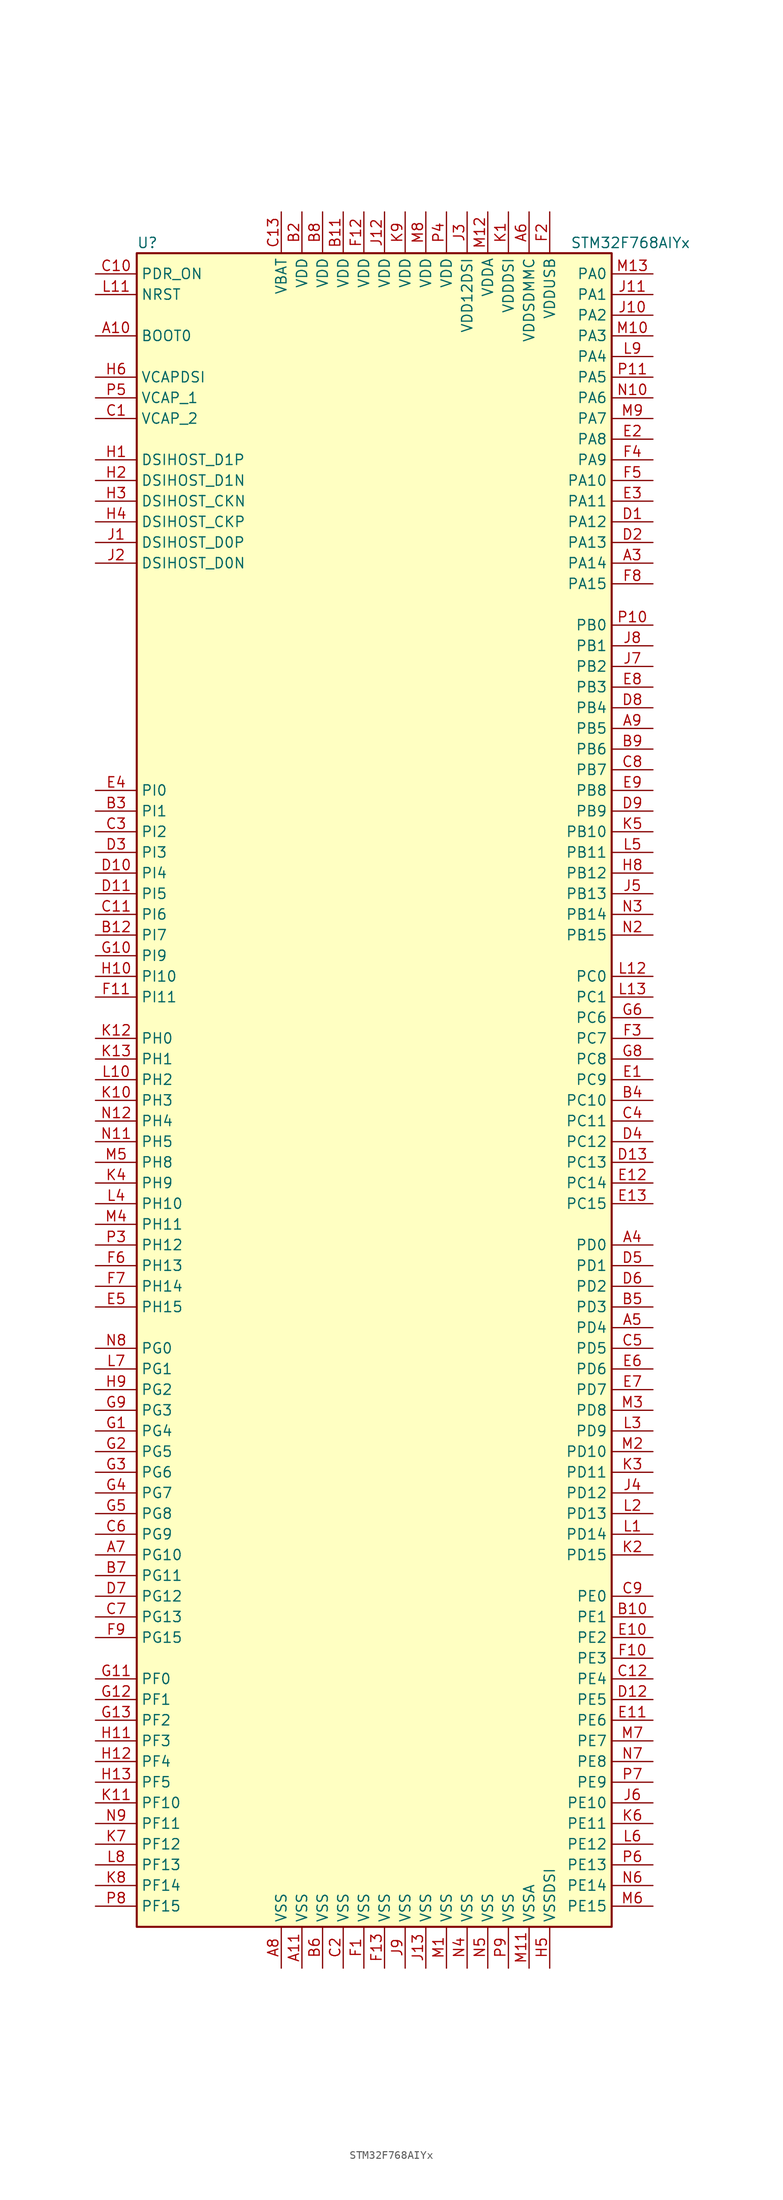
<source format=kicad_sym>
(kicad_symbol_lib
  (version 20200908)
  (generator kicad_symbol_editor)
  (symbol "MCU_ST_STM32F7:STM32F768AIYx"
    (property "Reference" "U"
      (at -30.48 102.87 0)
      (effects (font (size 1.27 1.27)) (justify left)))
    (property "Value" "STM32F768AIYx"
      (at 22.86 102.87 0)
      (effects (font (size 1.27 1.27)) (justify left)))
    (symbol "STM32F768AIYx_0_1"
      (rectangle (start -30.48 -104.14) (end 27.94 101.6) (stroke (width 0.254)) (fill (type background))))
    (symbol "STM32F768AIYx_1_1"
      (pin input line (at -35.56 91.44 0) (length 5.08) (name "BOOT0" (effects (font (size 1.27 1.27)))) (number "A10" (effects (font (size 1.27 1.27)))))
      (pin bidirectional line (at -35.56 71.12 0) (length 5.08) (name "DSIHOST_CKN" (effects (font (size 1.27 1.27)))) (number "H3" (effects (font (size 1.27 1.27)))))
      (pin bidirectional line (at -35.56 68.58 0) (length 5.08) (name "DSIHOST_CKP" (effects (font (size 1.27 1.27)))) (number "H4" (effects (font (size 1.27 1.27)))))
      (pin bidirectional line (at -35.56 63.5 0) (length 5.08) (name "DSIHOST_D0N" (effects (font (size 1.27 1.27)))) (number "J2" (effects (font (size 1.27 1.27)))))
      (pin bidirectional line (at -35.56 66.04 0) (length 5.08) (name "DSIHOST_D0P" (effects (font (size 1.27 1.27)))) (number "J1" (effects (font (size 1.27 1.27)))))
      (pin bidirectional line (at -35.56 73.66 0) (length 5.08) (name "DSIHOST_D1N" (effects (font (size 1.27 1.27)))) (number "H2" (effects (font (size 1.27 1.27)))))
      (pin bidirectional line (at -35.56 76.2 0) (length 5.08) (name "DSIHOST_D1P" (effects (font (size 1.27 1.27)))) (number "H1" (effects (font (size 1.27 1.27)))))
      (pin unconnected line (at -30.48 -101.6 0) (length 5.08) hide (name "NC" (effects (font (size 1.27 1.27)))) (number "A1" (effects (font (size 1.27 1.27)))))
      (pin unconnected line (at -30.48 -96.52 0) (length 5.08) hide (name "NC" (effects (font (size 1.27 1.27)))) (number "A12" (effects (font (size 1.27 1.27)))))
      (pin unconnected line (at -30.48 -93.98 0) (length 5.08) hide (name "NC" (effects (font (size 1.27 1.27)))) (number "A13" (effects (font (size 1.27 1.27)))))
      (pin unconnected line (at -30.48 -99.06 0) (length 5.08) hide (name "NC" (effects (font (size 1.27 1.27)))) (number "A2" (effects (font (size 1.27 1.27)))))
      (pin unconnected line (at -30.48 -91.44 0) (length 5.08) hide (name "NC" (effects (font (size 1.27 1.27)))) (number "B1" (effects (font (size 1.27 1.27)))))
      (pin unconnected line (at -30.48 -88.9 0) (length 5.08) hide (name "NC" (effects (font (size 1.27 1.27)))) (number "B13" (effects (font (size 1.27 1.27)))))
      (pin unconnected line (at -30.48 -86.36 0) (length 5.08) hide (name "NC" (effects (font (size 1.27 1.27)))) (number "N1" (effects (font (size 1.27 1.27)))))
      (pin unconnected line (at -30.48 -83.82 0) (length 5.08) hide (name "NC" (effects (font (size 1.27 1.27)))) (number "N13" (effects (font (size 1.27 1.27)))))
      (pin unconnected line (at -30.48 -81.28 0) (length 5.08) hide (name "NC" (effects (font (size 1.27 1.27)))) (number "P1" (effects (font (size 1.27 1.27)))))
      (pin unconnected line (at -30.48 -76.2 0) (length 5.08) hide (name "NC" (effects (font (size 1.27 1.27)))) (number "P12" (effects (font (size 1.27 1.27)))))
      (pin unconnected line (at -30.48 -73.66 0) (length 5.08) hide (name "NC" (effects (font (size 1.27 1.27)))) (number "P13" (effects (font (size 1.27 1.27)))))
      (pin unconnected line (at -30.48 -78.74 0) (length 5.08) hide (name "NC" (effects (font (size 1.27 1.27)))) (number "P2" (effects (font (size 1.27 1.27)))))
      (pin input line (at -35.56 96.52 0) (length 5.08) (name "NRST" (effects (font (size 1.27 1.27)))) (number "L11" (effects (font (size 1.27 1.27)))))
      (pin bidirectional line (at 33.02 99.06 180) (length 5.08) (name "PA0" (effects (font (size 1.27 1.27)))) (number "M13" (effects (font (size 1.27 1.27)))))
      (pin bidirectional line (at 33.02 96.52 180) (length 5.08) (name "PA1" (effects (font (size 1.27 1.27)))) (number "J11" (effects (font (size 1.27 1.27)))))
      (pin bidirectional line (at 33.02 73.66 180) (length 5.08) (name "PA10" (effects (font (size 1.27 1.27)))) (number "F5" (effects (font (size 1.27 1.27)))))
      (pin bidirectional line (at 33.02 71.12 180) (length 5.08) (name "PA11" (effects (font (size 1.27 1.27)))) (number "E3" (effects (font (size 1.27 1.27)))))
      (pin bidirectional line (at 33.02 68.58 180) (length 5.08) (name "PA12" (effects (font (size 1.27 1.27)))) (number "D1" (effects (font (size 1.27 1.27)))))
      (pin bidirectional line (at 33.02 66.04 180) (length 5.08) (name "PA13" (effects (font (size 1.27 1.27)))) (number "D2" (effects (font (size 1.27 1.27)))))
      (pin bidirectional line (at 33.02 63.5 180) (length 5.08) (name "PA14" (effects (font (size 1.27 1.27)))) (number "A3" (effects (font (size 1.27 1.27)))))
      (pin bidirectional line (at 33.02 60.96 180) (length 5.08) (name "PA15" (effects (font (size 1.27 1.27)))) (number "F8" (effects (font (size 1.27 1.27)))))
      (pin bidirectional line (at 33.02 93.98 180) (length 5.08) (name "PA2" (effects (font (size 1.27 1.27)))) (number "J10" (effects (font (size 1.27 1.27)))))
      (pin bidirectional line (at 33.02 91.44 180) (length 5.08) (name "PA3" (effects (font (size 1.27 1.27)))) (number "M10" (effects (font (size 1.27 1.27)))))
      (pin bidirectional line (at 33.02 88.9 180) (length 5.08) (name "PA4" (effects (font (size 1.27 1.27)))) (number "L9" (effects (font (size 1.27 1.27)))))
      (pin bidirectional line (at 33.02 86.36 180) (length 5.08) (name "PA5" (effects (font (size 1.27 1.27)))) (number "P11" (effects (font (size 1.27 1.27)))))
      (pin bidirectional line (at 33.02 83.82 180) (length 5.08) (name "PA6" (effects (font (size 1.27 1.27)))) (number "N10" (effects (font (size 1.27 1.27)))))
      (pin bidirectional line (at 33.02 81.28 180) (length 5.08) (name "PA7" (effects (font (size 1.27 1.27)))) (number "M9" (effects (font (size 1.27 1.27)))))
      (pin bidirectional line (at 33.02 78.74 180) (length 5.08) (name "PA8" (effects (font (size 1.27 1.27)))) (number "E2" (effects (font (size 1.27 1.27)))))
      (pin bidirectional line (at 33.02 76.2 180) (length 5.08) (name "PA9" (effects (font (size 1.27 1.27)))) (number "F4" (effects (font (size 1.27 1.27)))))
      (pin bidirectional line (at 33.02 55.88 180) (length 5.08) (name "PB0" (effects (font (size 1.27 1.27)))) (number "P10" (effects (font (size 1.27 1.27)))))
      (pin bidirectional line (at 33.02 53.34 180) (length 5.08) (name "PB1" (effects (font (size 1.27 1.27)))) (number "J8" (effects (font (size 1.27 1.27)))))
      (pin bidirectional line (at 33.02 30.48 180) (length 5.08) (name "PB10" (effects (font (size 1.27 1.27)))) (number "K5" (effects (font (size 1.27 1.27)))))
      (pin bidirectional line (at 33.02 27.94 180) (length 5.08) (name "PB11" (effects (font (size 1.27 1.27)))) (number "L5" (effects (font (size 1.27 1.27)))))
      (pin bidirectional line (at 33.02 25.4 180) (length 5.08) (name "PB12" (effects (font (size 1.27 1.27)))) (number "H8" (effects (font (size 1.27 1.27)))))
      (pin bidirectional line (at 33.02 22.86 180) (length 5.08) (name "PB13" (effects (font (size 1.27 1.27)))) (number "J5" (effects (font (size 1.27 1.27)))))
      (pin bidirectional line (at 33.02 20.32 180) (length 5.08) (name "PB14" (effects (font (size 1.27 1.27)))) (number "N3" (effects (font (size 1.27 1.27)))))
      (pin bidirectional line (at 33.02 17.78 180) (length 5.08) (name "PB15" (effects (font (size 1.27 1.27)))) (number "N2" (effects (font (size 1.27 1.27)))))
      (pin bidirectional line (at 33.02 50.8 180) (length 5.08) (name "PB2" (effects (font (size 1.27 1.27)))) (number "J7" (effects (font (size 1.27 1.27)))))
      (pin bidirectional line (at 33.02 48.26 180) (length 5.08) (name "PB3" (effects (font (size 1.27 1.27)))) (number "E8" (effects (font (size 1.27 1.27)))))
      (pin bidirectional line (at 33.02 45.72 180) (length 5.08) (name "PB4" (effects (font (size 1.27 1.27)))) (number "D8" (effects (font (size 1.27 1.27)))))
      (pin bidirectional line (at 33.02 43.18 180) (length 5.08) (name "PB5" (effects (font (size 1.27 1.27)))) (number "A9" (effects (font (size 1.27 1.27)))))
      (pin bidirectional line (at 33.02 40.64 180) (length 5.08) (name "PB6" (effects (font (size 1.27 1.27)))) (number "B9" (effects (font (size 1.27 1.27)))))
      (pin bidirectional line (at 33.02 38.1 180) (length 5.08) (name "PB7" (effects (font (size 1.27 1.27)))) (number "C8" (effects (font (size 1.27 1.27)))))
      (pin bidirectional line (at 33.02 35.56 180) (length 5.08) (name "PB8" (effects (font (size 1.27 1.27)))) (number "E9" (effects (font (size 1.27 1.27)))))
      (pin bidirectional line (at 33.02 33.02 180) (length 5.08) (name "PB9" (effects (font (size 1.27 1.27)))) (number "D9" (effects (font (size 1.27 1.27)))))
      (pin bidirectional line (at 33.02 12.7 180) (length 5.08) (name "PC0" (effects (font (size 1.27 1.27)))) (number "L12" (effects (font (size 1.27 1.27)))))
      (pin bidirectional line (at 33.02 10.16 180) (length 5.08) (name "PC1" (effects (font (size 1.27 1.27)))) (number "L13" (effects (font (size 1.27 1.27)))))
      (pin bidirectional line (at 33.02 -2.54 180) (length 5.08) (name "PC10" (effects (font (size 1.27 1.27)))) (number "B4" (effects (font (size 1.27 1.27)))))
      (pin bidirectional line (at 33.02 -5.08 180) (length 5.08) (name "PC11" (effects (font (size 1.27 1.27)))) (number "C4" (effects (font (size 1.27 1.27)))))
      (pin bidirectional line (at 33.02 -7.62 180) (length 5.08) (name "PC12" (effects (font (size 1.27 1.27)))) (number "D4" (effects (font (size 1.27 1.27)))))
      (pin bidirectional line (at 33.02 -10.16 180) (length 5.08) (name "PC13" (effects (font (size 1.27 1.27)))) (number "D13" (effects (font (size 1.27 1.27)))))
      (pin bidirectional line (at 33.02 -12.7 180) (length 5.08) (name "PC14" (effects (font (size 1.27 1.27)))) (number "E12" (effects (font (size 1.27 1.27)))))
      (pin bidirectional line (at 33.02 -15.24 180) (length 5.08) (name "PC15" (effects (font (size 1.27 1.27)))) (number "E13" (effects (font (size 1.27 1.27)))))
      (pin bidirectional line (at 33.02 7.62 180) (length 5.08) (name "PC6" (effects (font (size 1.27 1.27)))) (number "G6" (effects (font (size 1.27 1.27)))))
      (pin bidirectional line (at 33.02 5.08 180) (length 5.08) (name "PC7" (effects (font (size 1.27 1.27)))) (number "F3" (effects (font (size 1.27 1.27)))))
      (pin bidirectional line (at 33.02 2.54 180) (length 5.08) (name "PC8" (effects (font (size 1.27 1.27)))) (number "G8" (effects (font (size 1.27 1.27)))))
      (pin bidirectional line (at 33.02 0 180) (length 5.08) (name "PC9" (effects (font (size 1.27 1.27)))) (number "E1" (effects (font (size 1.27 1.27)))))
      (pin bidirectional line (at 33.02 -20.32 180) (length 5.08) (name "PD0" (effects (font (size 1.27 1.27)))) (number "A4" (effects (font (size 1.27 1.27)))))
      (pin bidirectional line (at 33.02 -22.86 180) (length 5.08) (name "PD1" (effects (font (size 1.27 1.27)))) (number "D5" (effects (font (size 1.27 1.27)))))
      (pin bidirectional line (at 33.02 -45.72 180) (length 5.08) (name "PD10" (effects (font (size 1.27 1.27)))) (number "M2" (effects (font (size 1.27 1.27)))))
      (pin bidirectional line (at 33.02 -48.26 180) (length 5.08) (name "PD11" (effects (font (size 1.27 1.27)))) (number "K3" (effects (font (size 1.27 1.27)))))
      (pin bidirectional line (at 33.02 -50.8 180) (length 5.08) (name "PD12" (effects (font (size 1.27 1.27)))) (number "J4" (effects (font (size 1.27 1.27)))))
      (pin bidirectional line (at 33.02 -53.34 180) (length 5.08) (name "PD13" (effects (font (size 1.27 1.27)))) (number "L2" (effects (font (size 1.27 1.27)))))
      (pin bidirectional line (at 33.02 -55.88 180) (length 5.08) (name "PD14" (effects (font (size 1.27 1.27)))) (number "L1" (effects (font (size 1.27 1.27)))))
      (pin bidirectional line (at 33.02 -58.42 180) (length 5.08) (name "PD15" (effects (font (size 1.27 1.27)))) (number "K2" (effects (font (size 1.27 1.27)))))
      (pin bidirectional line (at 33.02 -25.4 180) (length 5.08) (name "PD2" (effects (font (size 1.27 1.27)))) (number "D6" (effects (font (size 1.27 1.27)))))
      (pin bidirectional line (at 33.02 -27.94 180) (length 5.08) (name "PD3" (effects (font (size 1.27 1.27)))) (number "B5" (effects (font (size 1.27 1.27)))))
      (pin bidirectional line (at 33.02 -30.48 180) (length 5.08) (name "PD4" (effects (font (size 1.27 1.27)))) (number "A5" (effects (font (size 1.27 1.27)))))
      (pin bidirectional line (at 33.02 -33.02 180) (length 5.08) (name "PD5" (effects (font (size 1.27 1.27)))) (number "C5" (effects (font (size 1.27 1.27)))))
      (pin bidirectional line (at 33.02 -35.56 180) (length 5.08) (name "PD6" (effects (font (size 1.27 1.27)))) (number "E6" (effects (font (size 1.27 1.27)))))
      (pin bidirectional line (at 33.02 -38.1 180) (length 5.08) (name "PD7" (effects (font (size 1.27 1.27)))) (number "E7" (effects (font (size 1.27 1.27)))))
      (pin bidirectional line (at 33.02 -40.64 180) (length 5.08) (name "PD8" (effects (font (size 1.27 1.27)))) (number "M3" (effects (font (size 1.27 1.27)))))
      (pin bidirectional line (at 33.02 -43.18 180) (length 5.08) (name "PD9" (effects (font (size 1.27 1.27)))) (number "L3" (effects (font (size 1.27 1.27)))))
      (pin input line (at -35.56 99.06 0) (length 5.08) (name "PDR_ON" (effects (font (size 1.27 1.27)))) (number "C10" (effects (font (size 1.27 1.27)))))
      (pin bidirectional line (at 33.02 -63.5 180) (length 5.08) (name "PE0" (effects (font (size 1.27 1.27)))) (number "C9" (effects (font (size 1.27 1.27)))))
      (pin bidirectional line (at 33.02 -66.04 180) (length 5.08) (name "PE1" (effects (font (size 1.27 1.27)))) (number "B10" (effects (font (size 1.27 1.27)))))
      (pin bidirectional line (at 33.02 -88.9 180) (length 5.08) (name "PE10" (effects (font (size 1.27 1.27)))) (number "J6" (effects (font (size 1.27 1.27)))))
      (pin bidirectional line (at 33.02 -91.44 180) (length 5.08) (name "PE11" (effects (font (size 1.27 1.27)))) (number "K6" (effects (font (size 1.27 1.27)))))
      (pin bidirectional line (at 33.02 -93.98 180) (length 5.08) (name "PE12" (effects (font (size 1.27 1.27)))) (number "L6" (effects (font (size 1.27 1.27)))))
      (pin bidirectional line (at 33.02 -96.52 180) (length 5.08) (name "PE13" (effects (font (size 1.27 1.27)))) (number "P6" (effects (font (size 1.27 1.27)))))
      (pin bidirectional line (at 33.02 -99.06 180) (length 5.08) (name "PE14" (effects (font (size 1.27 1.27)))) (number "N6" (effects (font (size 1.27 1.27)))))
      (pin bidirectional line (at 33.02 -101.6 180) (length 5.08) (name "PE15" (effects (font (size 1.27 1.27)))) (number "M6" (effects (font (size 1.27 1.27)))))
      (pin bidirectional line (at 33.02 -68.58 180) (length 5.08) (name "PE2" (effects (font (size 1.27 1.27)))) (number "E10" (effects (font (size 1.27 1.27)))))
      (pin bidirectional line (at 33.02 -71.12 180) (length 5.08) (name "PE3" (effects (font (size 1.27 1.27)))) (number "F10" (effects (font (size 1.27 1.27)))))
      (pin bidirectional line (at 33.02 -73.66 180) (length 5.08) (name "PE4" (effects (font (size 1.27 1.27)))) (number "C12" (effects (font (size 1.27 1.27)))))
      (pin bidirectional line (at 33.02 -76.2 180) (length 5.08) (name "PE5" (effects (font (size 1.27 1.27)))) (number "D12" (effects (font (size 1.27 1.27)))))
      (pin bidirectional line (at 33.02 -78.74 180) (length 5.08) (name "PE6" (effects (font (size 1.27 1.27)))) (number "E11" (effects (font (size 1.27 1.27)))))
      (pin bidirectional line (at 33.02 -81.28 180) (length 5.08) (name "PE7" (effects (font (size 1.27 1.27)))) (number "M7" (effects (font (size 1.27 1.27)))))
      (pin bidirectional line (at 33.02 -83.82 180) (length 5.08) (name "PE8" (effects (font (size 1.27 1.27)))) (number "N7" (effects (font (size 1.27 1.27)))))
      (pin bidirectional line (at 33.02 -86.36 180) (length 5.08) (name "PE9" (effects (font (size 1.27 1.27)))) (number "P7" (effects (font (size 1.27 1.27)))))
      (pin bidirectional line (at -35.56 -73.66 0) (length 5.08) (name "PF0" (effects (font (size 1.27 1.27)))) (number "G11" (effects (font (size 1.27 1.27)))))
      (pin bidirectional line (at -35.56 -76.2 0) (length 5.08) (name "PF1" (effects (font (size 1.27 1.27)))) (number "G12" (effects (font (size 1.27 1.27)))))
      (pin bidirectional line (at -35.56 -88.9 0) (length 5.08) (name "PF10" (effects (font (size 1.27 1.27)))) (number "K11" (effects (font (size 1.27 1.27)))))
      (pin bidirectional line (at -35.56 -91.44 0) (length 5.08) (name "PF11" (effects (font (size 1.27 1.27)))) (number "N9" (effects (font (size 1.27 1.27)))))
      (pin bidirectional line (at -35.56 -93.98 0) (length 5.08) (name "PF12" (effects (font (size 1.27 1.27)))) (number "K7" (effects (font (size 1.27 1.27)))))
      (pin bidirectional line (at -35.56 -96.52 0) (length 5.08) (name "PF13" (effects (font (size 1.27 1.27)))) (number "L8" (effects (font (size 1.27 1.27)))))
      (pin bidirectional line (at -35.56 -99.06 0) (length 5.08) (name "PF14" (effects (font (size 1.27 1.27)))) (number "K8" (effects (font (size 1.27 1.27)))))
      (pin bidirectional line (at -35.56 -101.6 0) (length 5.08) (name "PF15" (effects (font (size 1.27 1.27)))) (number "P8" (effects (font (size 1.27 1.27)))))
      (pin bidirectional line (at -35.56 -78.74 0) (length 5.08) (name "PF2" (effects (font (size 1.27 1.27)))) (number "G13" (effects (font (size 1.27 1.27)))))
      (pin bidirectional line (at -35.56 -81.28 0) (length 5.08) (name "PF3" (effects (font (size 1.27 1.27)))) (number "H11" (effects (font (size 1.27 1.27)))))
      (pin bidirectional line (at -35.56 -83.82 0) (length 5.08) (name "PF4" (effects (font (size 1.27 1.27)))) (number "H12" (effects (font (size 1.27 1.27)))))
      (pin bidirectional line (at -35.56 -86.36 0) (length 5.08) (name "PF5" (effects (font (size 1.27 1.27)))) (number "H13" (effects (font (size 1.27 1.27)))))
      (pin bidirectional line (at -35.56 -33.02 0) (length 5.08) (name "PG0" (effects (font (size 1.27 1.27)))) (number "N8" (effects (font (size 1.27 1.27)))))
      (pin bidirectional line (at -35.56 -35.56 0) (length 5.08) (name "PG1" (effects (font (size 1.27 1.27)))) (number "L7" (effects (font (size 1.27 1.27)))))
      (pin bidirectional line (at -35.56 -58.42 0) (length 5.08) (name "PG10" (effects (font (size 1.27 1.27)))) (number "A7" (effects (font (size 1.27 1.27)))))
      (pin bidirectional line (at -35.56 -60.96 0) (length 5.08) (name "PG11" (effects (font (size 1.27 1.27)))) (number "B7" (effects (font (size 1.27 1.27)))))
      (pin bidirectional line (at -35.56 -63.5 0) (length 5.08) (name "PG12" (effects (font (size 1.27 1.27)))) (number "D7" (effects (font (size 1.27 1.27)))))
      (pin bidirectional line (at -35.56 -66.04 0) (length 5.08) (name "PG13" (effects (font (size 1.27 1.27)))) (number "C7" (effects (font (size 1.27 1.27)))))
      (pin bidirectional line (at -35.56 -68.58 0) (length 5.08) (name "PG15" (effects (font (size 1.27 1.27)))) (number "F9" (effects (font (size 1.27 1.27)))))
      (pin bidirectional line (at -35.56 -38.1 0) (length 5.08) (name "PG2" (effects (font (size 1.27 1.27)))) (number "H9" (effects (font (size 1.27 1.27)))))
      (pin bidirectional line (at -35.56 -40.64 0) (length 5.08) (name "PG3" (effects (font (size 1.27 1.27)))) (number "G9" (effects (font (size 1.27 1.27)))))
      (pin bidirectional line (at -35.56 -43.18 0) (length 5.08) (name "PG4" (effects (font (size 1.27 1.27)))) (number "G1" (effects (font (size 1.27 1.27)))))
      (pin bidirectional line (at -35.56 -45.72 0) (length 5.08) (name "PG5" (effects (font (size 1.27 1.27)))) (number "G2" (effects (font (size 1.27 1.27)))))
      (pin bidirectional line (at -35.56 -48.26 0) (length 5.08) (name "PG6" (effects (font (size 1.27 1.27)))) (number "G3" (effects (font (size 1.27 1.27)))))
      (pin bidirectional line (at -35.56 -50.8 0) (length 5.08) (name "PG7" (effects (font (size 1.27 1.27)))) (number "G4" (effects (font (size 1.27 1.27)))))
      (pin bidirectional line (at -35.56 -53.34 0) (length 5.08) (name "PG8" (effects (font (size 1.27 1.27)))) (number "G5" (effects (font (size 1.27 1.27)))))
      (pin bidirectional line (at -35.56 -55.88 0) (length 5.08) (name "PG9" (effects (font (size 1.27 1.27)))) (number "C6" (effects (font (size 1.27 1.27)))))
      (pin input line (at -35.56 5.08 0) (length 5.08) (name "PH0" (effects (font (size 1.27 1.27)))) (number "K12" (effects (font (size 1.27 1.27)))))
      (pin input line (at -35.56 2.54 0) (length 5.08) (name "PH1" (effects (font (size 1.27 1.27)))) (number "K13" (effects (font (size 1.27 1.27)))))
      (pin bidirectional line (at -35.56 -15.24 0) (length 5.08) (name "PH10" (effects (font (size 1.27 1.27)))) (number "L4" (effects (font (size 1.27 1.27)))))
      (pin bidirectional line (at -35.56 -17.78 0) (length 5.08) (name "PH11" (effects (font (size 1.27 1.27)))) (number "M4" (effects (font (size 1.27 1.27)))))
      (pin bidirectional line (at -35.56 -20.32 0) (length 5.08) (name "PH12" (effects (font (size 1.27 1.27)))) (number "P3" (effects (font (size 1.27 1.27)))))
      (pin bidirectional line (at -35.56 -22.86 0) (length 5.08) (name "PH13" (effects (font (size 1.27 1.27)))) (number "F6" (effects (font (size 1.27 1.27)))))
      (pin bidirectional line (at -35.56 -25.4 0) (length 5.08) (name "PH14" (effects (font (size 1.27 1.27)))) (number "F7" (effects (font (size 1.27 1.27)))))
      (pin bidirectional line (at -35.56 -27.94 0) (length 5.08) (name "PH15" (effects (font (size 1.27 1.27)))) (number "E5" (effects (font (size 1.27 1.27)))))
      (pin bidirectional line (at -35.56 0 0) (length 5.08) (name "PH2" (effects (font (size 1.27 1.27)))) (number "L10" (effects (font (size 1.27 1.27)))))
      (pin bidirectional line (at -35.56 -2.54 0) (length 5.08) (name "PH3" (effects (font (size 1.27 1.27)))) (number "K10" (effects (font (size 1.27 1.27)))))
      (pin bidirectional line (at -35.56 -5.08 0) (length 5.08) (name "PH4" (effects (font (size 1.27 1.27)))) (number "N12" (effects (font (size 1.27 1.27)))))
      (pin bidirectional line (at -35.56 -7.62 0) (length 5.08) (name "PH5" (effects (font (size 1.27 1.27)))) (number "N11" (effects (font (size 1.27 1.27)))))
      (pin bidirectional line (at -35.56 -10.16 0) (length 5.08) (name "PH8" (effects (font (size 1.27 1.27)))) (number "M5" (effects (font (size 1.27 1.27)))))
      (pin bidirectional line (at -35.56 -12.7 0) (length 5.08) (name "PH9" (effects (font (size 1.27 1.27)))) (number "K4" (effects (font (size 1.27 1.27)))))
      (pin bidirectional line (at -35.56 35.56 0) (length 5.08) (name "PI0" (effects (font (size 1.27 1.27)))) (number "E4" (effects (font (size 1.27 1.27)))))
      (pin bidirectional line (at -35.56 33.02 0) (length 5.08) (name "PI1" (effects (font (size 1.27 1.27)))) (number "B3" (effects (font (size 1.27 1.27)))))
      (pin bidirectional line (at -35.56 12.7 0) (length 5.08) (name "PI10" (effects (font (size 1.27 1.27)))) (number "H10" (effects (font (size 1.27 1.27)))))
      (pin bidirectional line (at -35.56 10.16 0) (length 5.08) (name "PI11" (effects (font (size 1.27 1.27)))) (number "F11" (effects (font (size 1.27 1.27)))))
      (pin bidirectional line (at -35.56 30.48 0) (length 5.08) (name "PI2" (effects (font (size 1.27 1.27)))) (number "C3" (effects (font (size 1.27 1.27)))))
      (pin bidirectional line (at -35.56 27.94 0) (length 5.08) (name "PI3" (effects (font (size 1.27 1.27)))) (number "D3" (effects (font (size 1.27 1.27)))))
      (pin bidirectional line (at -35.56 25.4 0) (length 5.08) (name "PI4" (effects (font (size 1.27 1.27)))) (number "D10" (effects (font (size 1.27 1.27)))))
      (pin bidirectional line (at -35.56 22.86 0) (length 5.08) (name "PI5" (effects (font (size 1.27 1.27)))) (number "D11" (effects (font (size 1.27 1.27)))))
      (pin bidirectional line (at -35.56 20.32 0) (length 5.08) (name "PI6" (effects (font (size 1.27 1.27)))) (number "C11" (effects (font (size 1.27 1.27)))))
      (pin bidirectional line (at -35.56 17.78 0) (length 5.08) (name "PI7" (effects (font (size 1.27 1.27)))) (number "B12" (effects (font (size 1.27 1.27)))))
      (pin bidirectional line (at -35.56 15.24 0) (length 5.08) (name "PI9" (effects (font (size 1.27 1.27)))) (number "G10" (effects (font (size 1.27 1.27)))))
      (pin power_in line (at -12.7 106.68 270) (length 5.08) (name "VBAT" (effects (font (size 1.27 1.27)))) (number "C13" (effects (font (size 1.27 1.27)))))
      (pin power_in line (at -35.56 86.36 0) (length 5.08) (name "VCAPDSI" (effects (font (size 1.27 1.27)))) (number "H6" (effects (font (size 1.27 1.27)))))
      (pin power_in line (at -35.56 83.82 0) (length 5.08) (name "VCAP_1" (effects (font (size 1.27 1.27)))) (number "P5" (effects (font (size 1.27 1.27)))))
      (pin power_in line (at -35.56 81.28 0) (length 5.08) (name "VCAP_2" (effects (font (size 1.27 1.27)))) (number "C1" (effects (font (size 1.27 1.27)))))
      (pin power_in line (at -5.08 106.68 270) (length 5.08) (name "VDD" (effects (font (size 1.27 1.27)))) (number "B11" (effects (font (size 1.27 1.27)))))
      (pin power_in line (at -10.16 106.68 270) (length 5.08) (name "VDD" (effects (font (size 1.27 1.27)))) (number "B2" (effects (font (size 1.27 1.27)))))
      (pin power_in line (at -7.62 106.68 270) (length 5.08) (name "VDD" (effects (font (size 1.27 1.27)))) (number "B8" (effects (font (size 1.27 1.27)))))
      (pin power_in line (at -2.54 106.68 270) (length 5.08) (name "VDD" (effects (font (size 1.27 1.27)))) (number "F12" (effects (font (size 1.27 1.27)))))
      (pin power_in line (at 0 106.68 270) (length 5.08) (name "VDD" (effects (font (size 1.27 1.27)))) (number "J12" (effects (font (size 1.27 1.27)))))
      (pin power_in line (at 2.54 106.68 270) (length 5.08) (name "VDD" (effects (font (size 1.27 1.27)))) (number "K9" (effects (font (size 1.27 1.27)))))
      (pin power_in line (at 5.08 106.68 270) (length 5.08) (name "VDD" (effects (font (size 1.27 1.27)))) (number "M8" (effects (font (size 1.27 1.27)))))
      (pin power_in line (at 7.62 106.68 270) (length 5.08) (name "VDD" (effects (font (size 1.27 1.27)))) (number "P4" (effects (font (size 1.27 1.27)))))
      (pin power_in line (at 10.16 106.68 270) (length 5.08) (name "VDD12DSI" (effects (font (size 1.27 1.27)))) (number "J3" (effects (font (size 1.27 1.27)))))
      (pin power_in line (at 12.7 106.68 270) (length 5.08) (name "VDDA" (effects (font (size 1.27 1.27)))) (number "M12" (effects (font (size 1.27 1.27)))))
      (pin power_in line (at 15.24 106.68 270) (length 5.08) (name "VDDDSI" (effects (font (size 1.27 1.27)))) (number "K1" (effects (font (size 1.27 1.27)))))
      (pin power_in line (at 17.78 106.68 270) (length 5.08) (name "VDDSDMMC" (effects (font (size 1.27 1.27)))) (number "A6" (effects (font (size 1.27 1.27)))))
      (pin power_in line (at 20.32 106.68 270) (length 5.08) (name "VDDUSB" (effects (font (size 1.27 1.27)))) (number "F2" (effects (font (size 1.27 1.27)))))
      (pin power_in line (at -10.16 -109.22 90) (length 5.08) (name "VSS" (effects (font (size 1.27 1.27)))) (number "A11" (effects (font (size 1.27 1.27)))))
      (pin power_in line (at -12.7 -109.22 90) (length 5.08) (name "VSS" (effects (font (size 1.27 1.27)))) (number "A8" (effects (font (size 1.27 1.27)))))
      (pin power_in line (at -7.62 -109.22 90) (length 5.08) (name "VSS" (effects (font (size 1.27 1.27)))) (number "B6" (effects (font (size 1.27 1.27)))))
      (pin power_in line (at -5.08 -109.22 90) (length 5.08) (name "VSS" (effects (font (size 1.27 1.27)))) (number "C2" (effects (font (size 1.27 1.27)))))
      (pin power_in line (at -2.54 -109.22 90) (length 5.08) (name "VSS" (effects (font (size 1.27 1.27)))) (number "F1" (effects (font (size 1.27 1.27)))))
      (pin power_in line (at 0 -109.22 90) (length 5.08) (name "VSS" (effects (font (size 1.27 1.27)))) (number "F13" (effects (font (size 1.27 1.27)))))
      (pin power_in line (at 5.08 -109.22 90) (length 5.08) (name "VSS" (effects (font (size 1.27 1.27)))) (number "J13" (effects (font (size 1.27 1.27)))))
      (pin power_in line (at 2.54 -109.22 90) (length 5.08) (name "VSS" (effects (font (size 1.27 1.27)))) (number "J9" (effects (font (size 1.27 1.27)))))
      (pin power_in line (at 7.62 -109.22 90) (length 5.08) (name "VSS" (effects (font (size 1.27 1.27)))) (number "M1" (effects (font (size 1.27 1.27)))))
      (pin power_in line (at 10.16 -109.22 90) (length 5.08) (name "VSS" (effects (font (size 1.27 1.27)))) (number "N4" (effects (font (size 1.27 1.27)))))
      (pin power_in line (at 12.7 -109.22 90) (length 5.08) (name "VSS" (effects (font (size 1.27 1.27)))) (number "N5" (effects (font (size 1.27 1.27)))))
      (pin power_in line (at 15.24 -109.22 90) (length 5.08) (name "VSS" (effects (font (size 1.27 1.27)))) (number "P9" (effects (font (size 1.27 1.27)))))
      (pin power_in line (at 17.78 -109.22 90) (length 5.08) (name "VSSA" (effects (font (size 1.27 1.27)))) (number "M11" (effects (font (size 1.27 1.27)))))
      (pin power_in line (at 20.32 -109.22 90) (length 5.08) (name "VSSDSI" (effects (font (size 1.27 1.27)))) (number "H5" (effects (font (size 1.27 1.27))))))))
</source>
